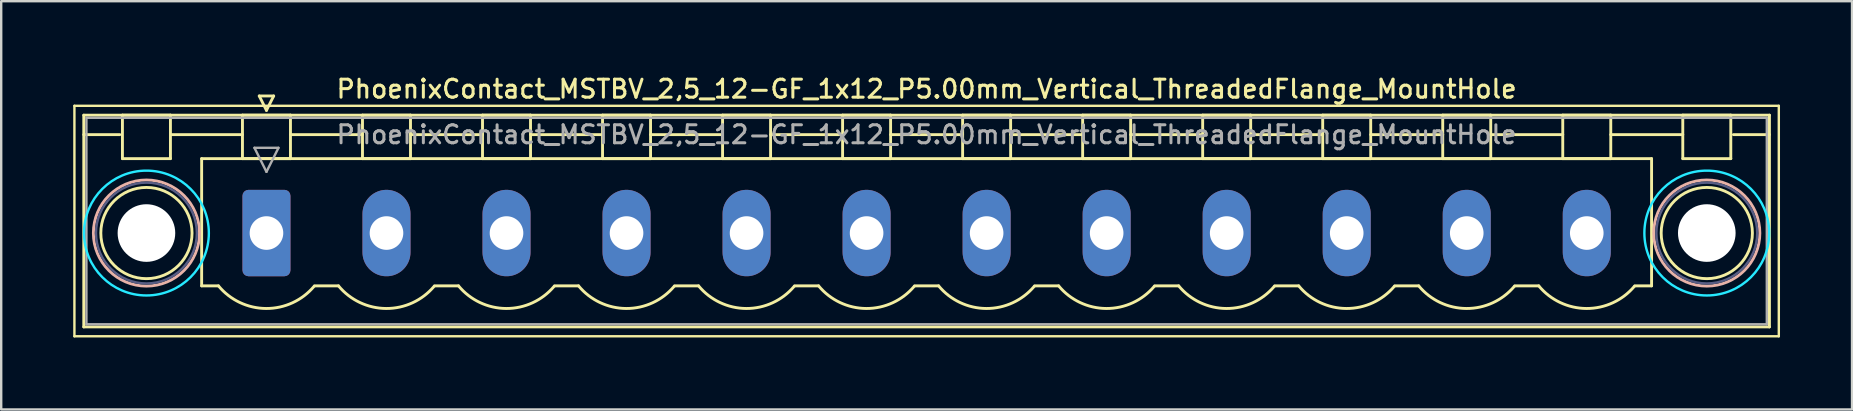
<source format=kicad_pcb>
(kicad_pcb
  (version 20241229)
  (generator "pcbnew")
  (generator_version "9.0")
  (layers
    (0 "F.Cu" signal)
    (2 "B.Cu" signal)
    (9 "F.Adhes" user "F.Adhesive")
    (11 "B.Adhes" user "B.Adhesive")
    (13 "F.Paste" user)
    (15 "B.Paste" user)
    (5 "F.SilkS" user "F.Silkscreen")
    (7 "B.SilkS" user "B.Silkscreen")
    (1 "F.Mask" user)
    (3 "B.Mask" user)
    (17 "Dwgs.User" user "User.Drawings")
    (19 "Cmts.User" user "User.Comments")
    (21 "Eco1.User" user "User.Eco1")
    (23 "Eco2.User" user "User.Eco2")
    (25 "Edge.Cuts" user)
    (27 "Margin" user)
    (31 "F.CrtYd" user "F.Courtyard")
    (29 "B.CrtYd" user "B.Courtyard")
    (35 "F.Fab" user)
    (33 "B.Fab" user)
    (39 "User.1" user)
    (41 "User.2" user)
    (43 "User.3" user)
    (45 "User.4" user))
  (footprint "PhoenixContact_MSTBV_2,5_12-GF_1x12_P5.00mm_Vertical_ThreadedFlange_MountHole"
    (layer "F.Cu")
    (at 8.05 6.658)
    (property "Reference" "PhoenixContact_MSTBV_2,5_12-GF_1x12_P5.00mm_Vertical_ThreadedFlange_MountHole" (at 27.5 -6 0) (layer "F.SilkS") (effects (font (size 0.75 0.75) (thickness 0.125))))
    (attr through_hole)
    (fp_line (start -8 -5.3) (end -8 4.3) (stroke (width 0.1) (type solid)) (layer "F.SilkS"))
    (fp_line (start -8 4.3) (end 63 4.3) (stroke (width 0.1) (type solid)) (layer "F.SilkS"))
    (fp_line (start -7.61 -4.91) (end -7.61 3.91) (stroke (width 0.12) (type solid)) (layer "F.SilkS"))
    (fp_line (start -7.61 -4.1) (end -6.11 -4.1) (stroke (width 0.12) (type solid)) (layer "F.SilkS"))
    (fp_line (start -7.61 3.91) (end 62.61 3.91) (stroke (width 0.12) (type solid)) (layer "F.SilkS"))
    (fp_line (start -6 -4.91) (end -4 -4.91) (stroke (width 0.12) (type solid)) (layer "F.SilkS"))
    (fp_line (start -6 -3.1) (end -6 -4.91) (stroke (width 0.12) (type solid)) (layer "F.SilkS"))
    (fp_line (start -4 -4.91) (end -4 -3.1) (stroke (width 0.12) (type solid)) (layer "F.SilkS"))
    (fp_line (start -4 -4.1) (end -1 -4.1) (stroke (width 0.12) (type solid)) (layer "F.SilkS"))
    (fp_line (start -4 -3.1) (end -6 -3.1) (stroke (width 0.12) (type solid)) (layer "F.SilkS"))
    (fp_line (start -2.7 -3.1) (end 57.7 -3.1) (stroke (width 0.12) (type solid)) (layer "F.SilkS"))
    (fp_line (start -2.7 2.2) (end -2.7 -3.1) (stroke (width 0.12) (type solid)) (layer "F.SilkS"))
    (fp_line (start -2 2.2) (end -2.7 2.2) (stroke (width 0.12) (type solid)) (layer "F.SilkS"))
    (fp_line (start -1 -4.91) (end 1 -4.91) (stroke (width 0.12) (type solid)) (layer "F.SilkS"))
    (fp_line (start -1 -3.1) (end -1 -4.91) (stroke (width 0.12) (type solid)) (layer "F.SilkS"))
    (fp_line (start -0.3 -5.71) (end 0.3 -5.71) (stroke (width 0.12) (type solid)) (layer "F.SilkS"))
    (fp_line (start 0 -5.11) (end -0.3 -5.71) (stroke (width 0.12) (type solid)) (layer "F.SilkS"))
    (fp_line (start 0.3 -5.71) (end 0 -5.11) (stroke (width 0.12) (type solid)) (layer "F.SilkS"))
    (fp_line (start 1 -4.91) (end 1 -3.1) (stroke (width 0.12) (type solid)) (layer "F.SilkS"))
    (fp_line (start 1 -4.1) (end 4 -4.1) (stroke (width 0.12) (type solid)) (layer "F.SilkS"))
    (fp_line (start 1 -3.1) (end -1 -3.1) (stroke (width 0.12) (type solid)) (layer "F.SilkS"))
    (fp_line (start 2 2.2) (end 3 2.2) (stroke (width 0.12) (type solid)) (layer "F.SilkS"))
    (fp_line (start 4 -4.91) (end 6 -4.91) (stroke (width 0.12) (type solid)) (layer "F.SilkS"))
    (fp_line (start 4 -3.1) (end 4 -4.91) (stroke (width 0.12) (type solid)) (layer "F.SilkS"))
    (fp_line (start 6 -4.91) (end 6 -3.1) (stroke (width 0.12) (type solid)) (layer "F.SilkS"))
    (fp_line (start 6 -4.1) (end 9 -4.1) (stroke (width 0.12) (type solid)) (layer "F.SilkS"))
    (fp_line (start 6 -3.1) (end 4 -3.1) (stroke (width 0.12) (type solid)) (layer "F.SilkS"))
    (fp_line (start 7 2.2) (end 8 2.2) (stroke (width 0.12) (type solid)) (layer "F.SilkS"))
    (fp_line (start 9 -4.91) (end 11 -4.91) (stroke (width 0.12) (type solid)) (layer "F.SilkS"))
    (fp_line (start 9 -3.1) (end 9 -4.91) (stroke (width 0.12) (type solid)) (layer "F.SilkS"))
    (fp_line (start 11 -4.91) (end 11 -3.1) (stroke (width 0.12) (type solid)) (layer "F.SilkS"))
    (fp_line (start 11 -4.1) (end 14 -4.1) (stroke (width 0.12) (type solid)) (layer "F.SilkS"))
    (fp_line (start 11 -3.1) (end 9 -3.1) (stroke (width 0.12) (type solid)) (layer "F.SilkS"))
    (fp_line (start 12 2.2) (end 13 2.2) (stroke (width 0.12) (type solid)) (layer "F.SilkS"))
    (fp_line (start 14 -4.91) (end 16 -4.91) (stroke (width 0.12) (type solid)) (layer "F.SilkS"))
    (fp_line (start 14 -3.1) (end 14 -4.91) (stroke (width 0.12) (type solid)) (layer "F.SilkS"))
    (fp_line (start 16 -4.91) (end 16 -3.1) (stroke (width 0.12) (type solid)) (layer "F.SilkS"))
    (fp_line (start 16 -4.1) (end 19 -4.1) (stroke (width 0.12) (type solid)) (layer "F.SilkS"))
    (fp_line (start 16 -3.1) (end 14 -3.1) (stroke (width 0.12) (type solid)) (layer "F.SilkS"))
    (fp_line (start 17 2.2) (end 18 2.2) (stroke (width 0.12) (type solid)) (layer "F.SilkS"))
    (fp_line (start 19 -4.91) (end 21 -4.91) (stroke (width 0.12) (type solid)) (layer "F.SilkS"))
    (fp_line (start 19 -3.1) (end 19 -4.91) (stroke (width 0.12) (type solid)) (layer "F.SilkS"))
    (fp_line (start 21 -4.91) (end 21 -3.1) (stroke (width 0.12) (type solid)) (layer "F.SilkS"))
    (fp_line (start 21 -4.1) (end 24 -4.1) (stroke (width 0.12) (type solid)) (layer "F.SilkS"))
    (fp_line (start 21 -3.1) (end 19 -3.1) (stroke (width 0.12) (type solid)) (layer "F.SilkS"))
    (fp_line (start 22 2.2) (end 23 2.2) (stroke (width 0.12) (type solid)) (layer "F.SilkS"))
    (fp_line (start 24 -4.91) (end 26 -4.91) (stroke (width 0.12) (type solid)) (layer "F.SilkS"))
    (fp_line (start 24 -3.1) (end 24 -4.91) (stroke (width 0.12) (type solid)) (layer "F.SilkS"))
    (fp_line (start 26 -4.91) (end 26 -3.1) (stroke (width 0.12) (type solid)) (layer "F.SilkS"))
    (fp_line (start 26 -4.1) (end 29 -4.1) (stroke (width 0.12) (type solid)) (layer "F.SilkS"))
    (fp_line (start 26 -3.1) (end 24 -3.1) (stroke (width 0.12) (type solid)) (layer "F.SilkS"))
    (fp_line (start 27 2.2) (end 28 2.2) (stroke (width 0.12) (type solid)) (layer "F.SilkS"))
    (fp_line (start 29 -4.91) (end 31 -4.91) (stroke (width 0.12) (type solid)) (layer "F.SilkS"))
    (fp_line (start 29 -3.1) (end 29 -4.91) (stroke (width 0.12) (type solid)) (layer "F.SilkS"))
    (fp_line (start 31 -4.91) (end 31 -3.1) (stroke (width 0.12) (type solid)) (layer "F.SilkS"))
    (fp_line (start 31 -4.1) (end 34 -4.1) (stroke (width 0.12) (type solid)) (layer "F.SilkS"))
    (fp_line (start 31 -3.1) (end 29 -3.1) (stroke (width 0.12) (type solid)) (layer "F.SilkS"))
    (fp_line (start 32 2.2) (end 33 2.2) (stroke (width 0.12) (type solid)) (layer "F.SilkS"))
    (fp_line (start 34 -4.91) (end 36 -4.91) (stroke (width 0.12) (type solid)) (layer "F.SilkS"))
    (fp_line (start 34 -3.1) (end 34 -4.91) (stroke (width 0.12) (type solid)) (layer "F.SilkS"))
    (fp_line (start 36 -4.91) (end 36 -3.1) (stroke (width 0.12) (type solid)) (layer "F.SilkS"))
    (fp_line (start 36 -4.1) (end 39 -4.1) (stroke (width 0.12) (type solid)) (layer "F.SilkS"))
    (fp_line (start 36 -3.1) (end 34 -3.1) (stroke (width 0.12) (type solid)) (layer "F.SilkS"))
    (fp_line (start 37 2.2) (end 38 2.2) (stroke (width 0.12) (type solid)) (layer "F.SilkS"))
    (fp_line (start 39 -4.91) (end 41 -4.91) (stroke (width 0.12) (type solid)) (layer "F.SilkS"))
    (fp_line (start 39 -3.1) (end 39 -4.91) (stroke (width 0.12) (type solid)) (layer "F.SilkS"))
    (fp_line (start 41 -4.91) (end 41 -3.1) (stroke (width 0.12) (type solid)) (layer "F.SilkS"))
    (fp_line (start 41 -4.1) (end 44 -4.1) (stroke (width 0.12) (type solid)) (layer "F.SilkS"))
    (fp_line (start 41 -3.1) (end 39 -3.1) (stroke (width 0.12) (type solid)) (layer "F.SilkS"))
    (fp_line (start 42 2.2) (end 43 2.2) (stroke (width 0.12) (type solid)) (layer "F.SilkS"))
    (fp_line (start 44 -4.91) (end 46 -4.91) (stroke (width 0.12) (type solid)) (layer "F.SilkS"))
    (fp_line (start 44 -3.1) (end 44 -4.91) (stroke (width 0.12) (type solid)) (layer "F.SilkS"))
    (fp_line (start 46 -4.91) (end 46 -3.1) (stroke (width 0.12) (type solid)) (layer "F.SilkS"))
    (fp_line (start 46 -4.1) (end 49 -4.1) (stroke (width 0.12) (type solid)) (layer "F.SilkS"))
    (fp_line (start 46 -3.1) (end 44 -3.1) (stroke (width 0.12) (type solid)) (layer "F.SilkS"))
    (fp_line (start 47 2.2) (end 48 2.2) (stroke (width 0.12) (type solid)) (layer "F.SilkS"))
    (fp_line (start 49 -4.91) (end 51 -4.91) (stroke (width 0.12) (type solid)) (layer "F.SilkS"))
    (fp_line (start 49 -3.1) (end 49 -4.91) (stroke (width 0.12) (type solid)) (layer "F.SilkS"))
    (fp_line (start 51 -4.91) (end 51 -3.1) (stroke (width 0.12) (type solid)) (layer "F.SilkS"))
    (fp_line (start 51 -4.1) (end 54 -4.1) (stroke (width 0.12) (type solid)) (layer "F.SilkS"))
    (fp_line (start 51 -3.1) (end 49 -3.1) (stroke (width 0.12) (type solid)) (layer "F.SilkS"))
    (fp_line (start 52 2.2) (end 53 2.2) (stroke (width 0.12) (type solid)) (layer "F.SilkS"))
    (fp_line (start 54 -4.91) (end 56 -4.91) (stroke (width 0.12) (type solid)) (layer "F.SilkS"))
    (fp_line (start 54 -3.1) (end 54 -4.91) (stroke (width 0.12) (type solid)) (layer "F.SilkS"))
    (fp_line (start 56 -4.91) (end 56 -3.1) (stroke (width 0.12) (type solid)) (layer "F.SilkS"))
    (fp_line (start 56 -4.1) (end 59 -4.1) (stroke (width 0.12) (type solid)) (layer "F.SilkS"))
    (fp_line (start 56 -3.1) (end 54 -3.1) (stroke (width 0.12) (type solid)) (layer "F.SilkS"))
    (fp_line (start 57.7 -3.1) (end 57.7 2.2) (stroke (width 0.12) (type solid)) (layer "F.SilkS"))
    (fp_line (start 57.7 2.2) (end 57 2.2) (stroke (width 0.12) (type solid)) (layer "F.SilkS"))
    (fp_line (start 59 -4.91) (end 61 -4.91) (stroke (width 0.12) (type solid)) (layer "F.SilkS"))
    (fp_line (start 59 -3.1) (end 59 -4.91) (stroke (width 0.12) (type solid)) (layer "F.SilkS"))
    (fp_line (start 61 -4.91) (end 61 -3.1) (stroke (width 0.12) (type solid)) (layer "F.SilkS"))
    (fp_line (start 61 -3.1) (end 59 -3.1) (stroke (width 0.12) (type solid)) (layer "F.SilkS"))
    (fp_line (start 62.61 -4.91) (end -7.61 -4.91) (stroke (width 0.12) (type solid)) (layer "F.SilkS"))
    (fp_line (start 62.61 -4.1) (end 61.11 -4.1) (stroke (width 0.12) (type solid)) (layer "F.SilkS"))
    (fp_line (start 62.61 3.91) (end 62.61 -4.91) (stroke (width 0.12) (type solid)) (layer "F.SilkS"))
    (fp_line (start 63 -5.3) (end -8 -5.3) (stroke (width 0.1) (type solid)) (layer "F.SilkS"))
    (fp_line (start 63 4.3) (end 63 -5.3) (stroke (width 0.1) (type solid)) (layer "F.SilkS"))
    (fp_arc (start 1.986842 2.215821) (mid -0.010289 3.142758) (end -2 2.2) (stroke (width 0.12) (type solid)) (layer "F.SilkS"))
    (fp_arc (start 6.986842 2.215821) (mid 4.989711 3.142758) (end 3 2.2) (stroke (width 0.12) (type solid)) (layer "F.SilkS"))
    (fp_arc (start 11.986842 2.215821) (mid 9.989711 3.142758) (end 8 2.2) (stroke (width 0.12) (type solid)) (layer "F.SilkS"))
    (fp_arc (start 16.986842 2.215821) (mid 14.989711 3.142758) (end 13 2.2) (stroke (width 0.12) (type solid)) (layer "F.SilkS"))
    (fp_arc (start 21.986842 2.215821) (mid 19.989711 3.142758) (end 18 2.2) (stroke (width 0.12) (type solid)) (layer "F.SilkS"))
    (fp_arc (start 26.986842 2.215821) (mid 24.989711 3.142758) (end 23 2.2) (stroke (width 0.12) (type solid)) (layer "F.SilkS"))
    (fp_arc (start 31.986842 2.215821) (mid 29.989711 3.142758) (end 28 2.2) (stroke (width 0.12) (type solid)) (layer "F.SilkS"))
    (fp_arc (start 36.986842 2.215821) (mid 34.989711 3.142758) (end 33 2.2) (stroke (width 0.12) (type solid)) (layer "F.SilkS"))
    (fp_arc (start 41.986842 2.215821) (mid 39.989711 3.142758) (end 38 2.2) (stroke (width 0.12) (type solid)) (layer "F.SilkS"))
    (fp_arc (start 46.986842 2.215821) (mid 44.989711 3.142758) (end 43 2.2) (stroke (width 0.12) (type solid)) (layer "F.SilkS"))
    (fp_arc (start 51.986842 2.215821) (mid 49.989711 3.142758) (end 48 2.2) (stroke (width 0.12) (type solid)) (layer "F.SilkS"))
    (fp_arc (start 56.986842 2.215821) (mid 54.989711 3.142758) (end 53 2.2) (stroke (width 0.12) (type solid)) (layer "F.SilkS"))
    (fp_circle (center -5 0) (end -3.1 0) (stroke (width 0.12) (type solid)) (fill no) (layer "F.SilkS"))
    (fp_circle (center 60 0) (end 61.9 0) (stroke (width 0.12) (type solid)) (fill no) (layer "F.SilkS"))
    (fp_circle (center -5 0) (end -2.79 0) (stroke (width 0.12) (type solid)) (fill no) (layer "B.SilkS"))
    (fp_circle (center 60 0) (end 62.21 0) (stroke (width 0.12) (type solid)) (fill no) (layer "B.SilkS"))
    (fp_circle (center -5 0) (end -2.4 0) (stroke (width 0.1) (type solid)) (fill no) (layer "B.CrtYd"))
    (fp_circle (center 60 0) (end 62.6 0) (stroke (width 0.1) (type solid)) (fill no) (layer "B.CrtYd"))
    (fp_circle (center -5 0) (end -2.9 0) (stroke (width 0.1) (type solid)) (fill no) (layer "B.Fab"))
    (fp_circle (center 60 0) (end 62.1 0) (stroke (width 0.1) (type solid)) (fill no) (layer "B.Fab"))
    (fp_line (start -7.5 -4.8) (end -7.5 3.8) (stroke (width 0.1) (type solid)) (layer "F.Fab"))
    (fp_line (start -7.5 3.8) (end 62.5 3.8) (stroke (width 0.1) (type solid)) (layer "F.Fab"))
    (fp_line (start -0.5 -3.55) (end 0.5 -3.55) (stroke (width 0.1) (type solid)) (layer "F.Fab"))
    (fp_line (start 0 -2.55) (end -0.5 -3.55) (stroke (width 0.1) (type solid)) (layer "F.Fab"))
    (fp_line (start 0.5 -3.55) (end 0 -2.55) (stroke (width 0.1) (type solid)) (layer "F.Fab"))
    (fp_line (start 62.5 -4.8) (end -7.5 -4.8) (stroke (width 0.1) (type solid)) (layer "F.Fab"))
    (fp_line (start 62.5 3.8) (end 62.5 -4.8) (stroke (width 0.1) (type solid)) (layer "F.Fab"))
    (fp_text user "${REFERENCE}" (at 27.5 -4.1 0) (layer "F.Fab") (effects (font (size 0.75 0.75) (thickness 0.125))))
    (pad "" np_thru_hole circle (at -5 0) (size 2.4 2.4) (drill 2.4) (layers "*.Cu" "*.Mask"))
    (pad "" np_thru_hole circle (at 60 0) (size 2.4 2.4) (drill 2.4) (layers "*.Cu" "*.Mask"))
    (pad "1" thru_hole roundrect (at 0 0) (size 2 3.6) (drill 1.4) (layers "*.Cu" "*.Mask") (roundrect_rratio 0.125))
    (pad "2" thru_hole oval (at 5 0) (size 2 3.6) (drill 1.4) (layers "*.Cu" "*.Mask"))
    (pad "3" thru_hole oval (at 10 0) (size 2 3.6) (drill 1.4) (layers "*.Cu" "*.Mask"))
    (pad "4" thru_hole oval (at 15 0) (size 2 3.6) (drill 1.4) (layers "*.Cu" "*.Mask"))
    (pad "5" thru_hole oval (at 20 0) (size 2 3.6) (drill 1.4) (layers "*.Cu" "*.Mask"))
    (pad "6" thru_hole oval (at 25 0) (size 2 3.6) (drill 1.4) (layers "*.Cu" "*.Mask"))
    (pad "7" thru_hole oval (at 30 0) (size 2 3.6) (drill 1.4) (layers "*.Cu" "*.Mask"))
    (pad "8" thru_hole oval (at 35 0) (size 2 3.6) (drill 1.4) (layers "*.Cu" "*.Mask"))
    (pad "9" thru_hole oval (at 40 0) (size 2 3.6) (drill 1.4) (layers "*.Cu" "*.Mask"))
    (pad "10" thru_hole oval (at 45 0) (size 2 3.6) (drill 1.4) (layers "*.Cu" "*.Mask"))
    (pad "11" thru_hole oval (at 50 0) (size 2 3.6) (drill 1.4) (layers "*.Cu" "*.Mask"))
    (pad "12" thru_hole oval (at 55 0) (size 2 3.6) (drill 1.4) (layers "*.Cu" "*.Mask")))
  (gr_rect
    (start -3 -3)
    (end 74.1 14.008)
    (stroke (width 0.1) (type default))
    (fill no)
    (layer "Edge.Cuts")))
</source>
